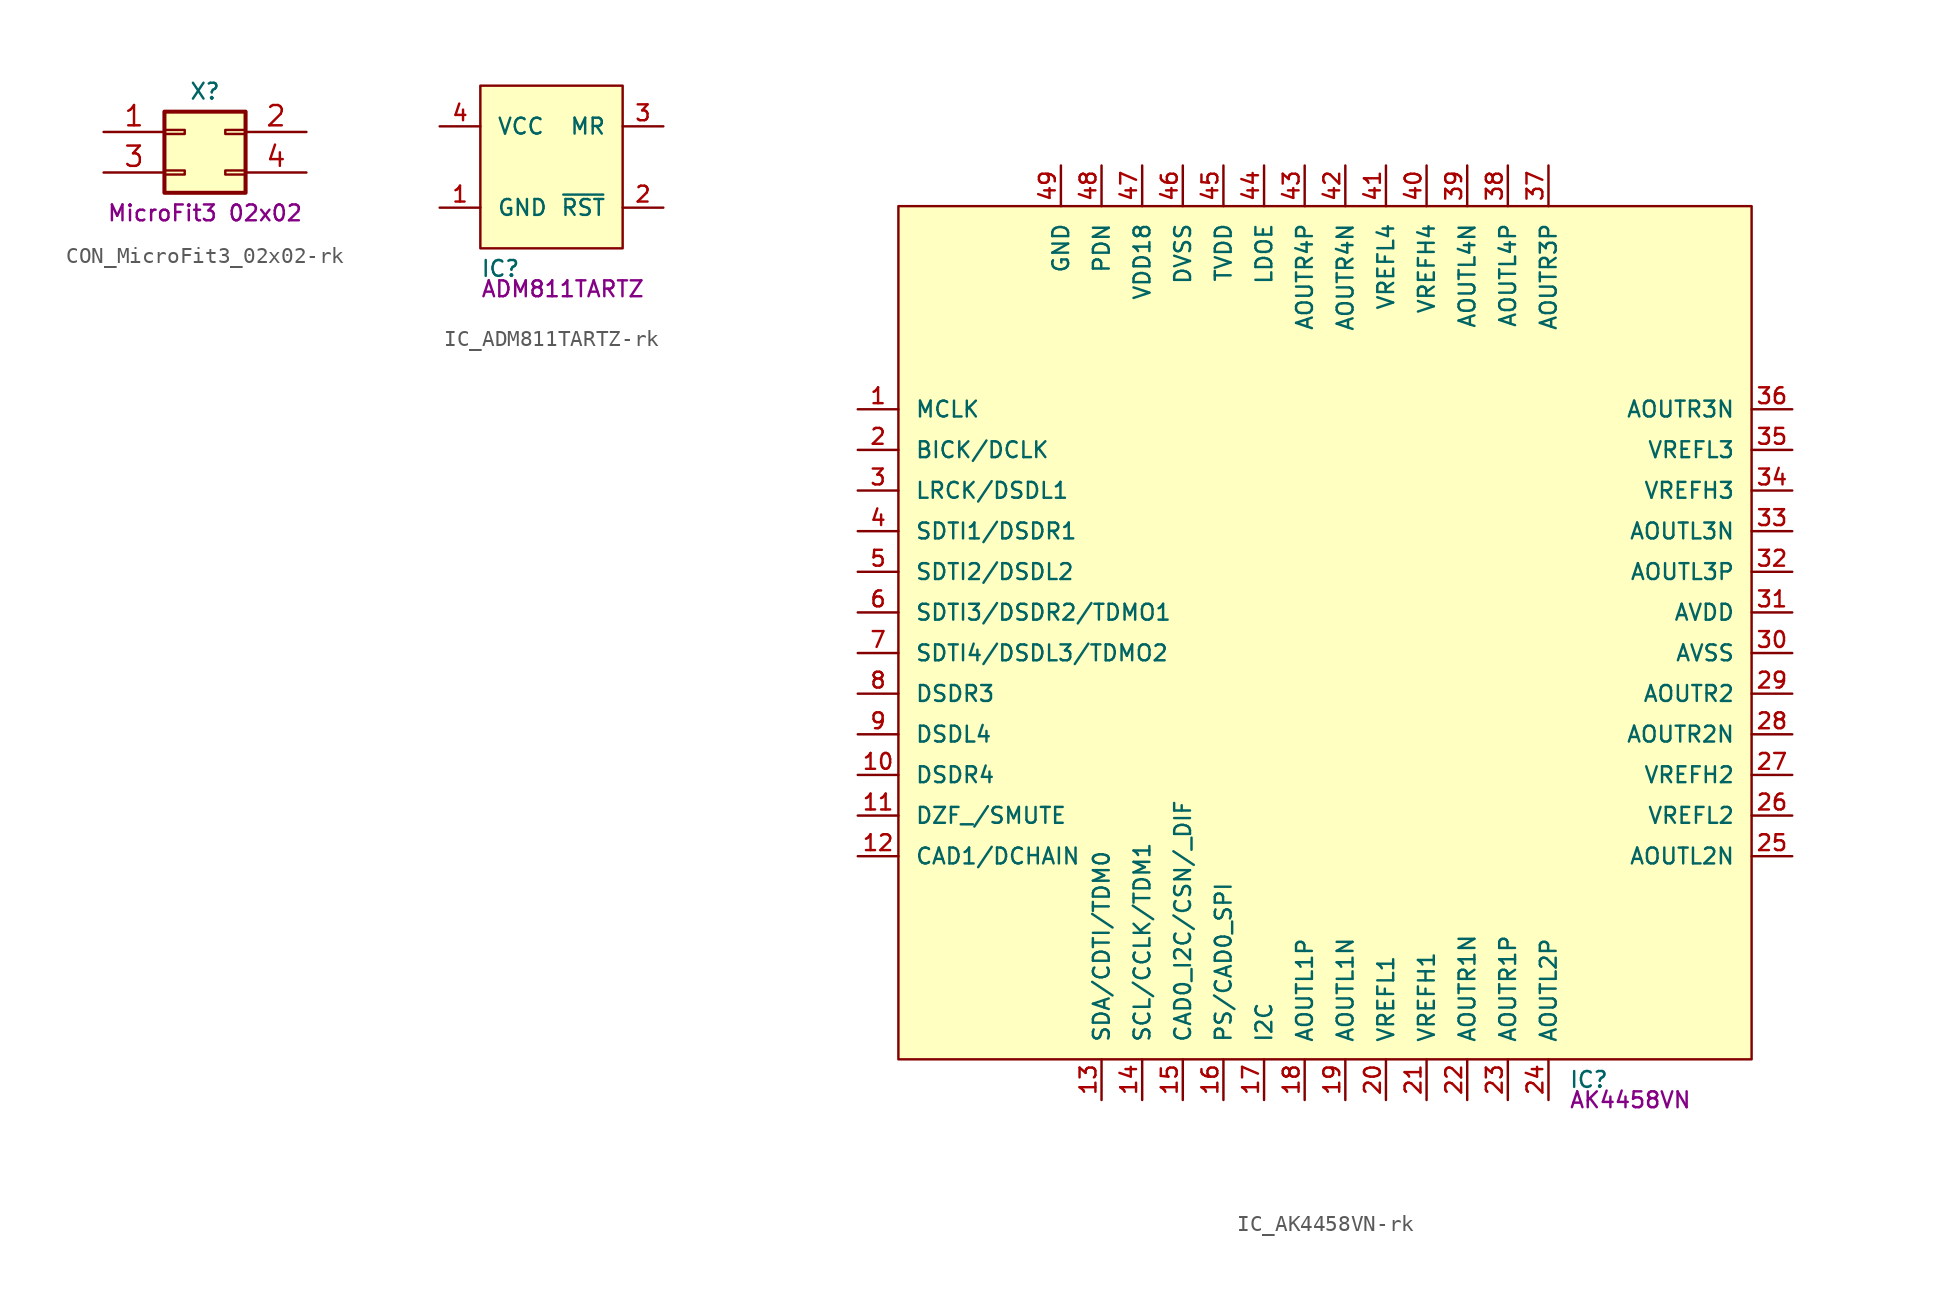
<source format=kicad_sym>
(kicad_symbol_lib
  (version 20211014)
  (generator kicad_symbol_editor)
  (symbol "CON_MicroFit3_02x02-rk"
    (pin_names
      (offset 1.016) hide)
    (property "Reference" "X"
      (at 0 2.54 0)
      (effects (font (size 0.991 0.991))))
    (property "Value1" "MicroFit3 02x02"
      (at 0 -5.08 0)
      (effects (font (size 0.991 0.991))))
    (symbol "CON_MicroFit3_02x02-rk_1_1"
      (rectangle (start -2.54 -2.413) (end -1.27 -2.667) (stroke (width 0.152) (type default) (color 0 0 0 0)) (fill (type none)))
      (rectangle (start -2.54 0.127) (end -1.27 -0.127) (stroke (width 0.152) (type default) (color 0 0 0 0)) (fill (type none)))
      (rectangle (start -2.54 1.27) (end 2.54 -3.81) (stroke (width 0.254) (type default) (color 0 0 0 0)) (fill (type background)))
      (rectangle (start 2.54 -2.413) (end 1.27 -2.667) (stroke (width 0.152) (type default) (color 0 0 0 0)) (fill (type none)))
      (rectangle (start 2.54 0.127) (end 1.27 -0.127) (stroke (width 0.152) (type default) (color 0 0 0 0)) (fill (type none)))
      (pin passive line (at -6.35 0 0) (length 3.81) (name "Pin_1" (effects (font (size 1.27 1.27)))) (number "1" (effects (font (size 1.27 1.27)))))
      (pin passive line (at 6.35 0 180) (length 3.81) (name "Pin_2" (effects (font (size 1.27 1.27)))) (number "2" (effects (font (size 1.27 1.27)))))
      (pin passive line (at -6.35 -2.54 0) (length 3.81) (name "Pin_3" (effects (font (size 1.27 1.27)))) (number "3" (effects (font (size 1.27 1.27)))))
      (pin passive line (at 6.35 -2.54 180) (length 3.81) (name "Pin_4" (effects (font (size 1.27 1.27)))) (number "4" (effects (font (size 1.27 1.27)))))))
  (symbol "IC_ADM811TARTZ-rk"
    (pin_names
      (offset 1.016))
    (property "Reference" "IC"
      (at -5.08 -5.08 0)
      (effects (font (size 0.991 0.991)) (justify left)))
    (property "Datasheet" ""
      (at -5.08 -5.08 0)
      (effects (font (size 0.991 0.991))))
    (property "Value1" "ADM811TARTZ"
      (at -5.08 -6.35 0)
      (effects (font (size 0.991 0.991)) (justify left)))
    (symbol "IC_ADM811TARTZ-rk_0_1"
      (rectangle (start -5.08 -3.81) (end 3.81 6.35) (stroke (width 0) (type default) (color 0 0 0 0)) (fill (type background))))
    (symbol "IC_ADM811TARTZ-rk_1_1"
      (pin input line (at -7.62 -1.27 0) (length 2.54) (name "GND" (effects (font (size 0.991 0.991)))) (number "1" (effects (font (size 0.991 0.991)))))
      (pin input line (at 6.35 -1.27 180) (length 2.54) (name "~{RST}" (effects (font (size 0.991 0.991)))) (number "2" (effects (font (size 0.991 0.991)))))
      (pin input line (at 6.35 3.81 180) (length 2.54) (name "MR" (effects (font (size 0.991 0.991)))) (number "3" (effects (font (size 0.991 0.991)))))
      (pin input line (at -7.62 3.81 0) (length 2.54) (name "VCC" (effects (font (size 0.991 0.991)))) (number "4" (effects (font (size 0.991 0.991)))))))
  (symbol "IC_AK4458VN-rk"
    (pin_names
      (offset 1.016))
    (property "Reference" "IC"
      (at 15.24 -27.94 0)
      (effects (font (size 0.991 0.991)) (justify left)))
    (property "Datasheet" ""
      (at 0 0 0)
      (effects (font (size 1.524 1.524))))
    (property "Value1" "AK4458VN"
      (at 15.24 -29.21 0)
      (effects (font (size 0.991 0.991)) (justify left)))
    (symbol "IC_AK4458VN-rk_0_1"
      (rectangle (start 26.67 -26.67) (end -26.67 26.67) (stroke (width 0) (type default) (color 0 0 0 0)) (fill (type background))))
    (symbol "IC_AK4458VN-rk_1_1"
      (pin input line (at -29.21 13.97 0) (length 2.54) (name "MCLK" (effects (font (size 0.991 0.991)))) (number "1" (effects (font (size 0.991 0.991)))))
      (pin input line (at -29.21 -8.89 0) (length 2.54) (name "DSDR4" (effects (font (size 0.991 0.991)))) (number "10" (effects (font (size 0.991 0.991)))))
      (pin input line (at -29.21 -11.43 0) (length 2.54) (name "DZF_/SMUTE" (effects (font (size 0.991 0.991)))) (number "11" (effects (font (size 0.991 0.991)))))
      (pin input line (at -29.21 -13.97 0) (length 2.54) (name "CAD1/DCHAIN" (effects (font (size 0.991 0.991)))) (number "12" (effects (font (size 0.991 0.991)))))
      (pin input line (at -13.97 -29.21 90) (length 2.54) (name "SDA/CDTI/TDM0" (effects (font (size 0.991 0.991)))) (number "13" (effects (font (size 0.991 0.991)))))
      (pin input line (at -11.43 -29.21 90) (length 2.54) (name "SCL/CCLK/TDM1" (effects (font (size 0.991 0.991)))) (number "14" (effects (font (size 0.991 0.991)))))
      (pin input line (at -8.89 -29.21 90) (length 2.54) (name "CAD0_I2C/CSN/_DIF" (effects (font (size 0.991 0.991)))) (number "15" (effects (font (size 0.991 0.991)))))
      (pin input line (at -6.35 -29.21 90) (length 2.54) (name "PS/CAD0_SPI" (effects (font (size 0.991 0.991)))) (number "16" (effects (font (size 0.991 0.991)))))
      (pin input line (at -3.81 -29.21 90) (length 2.54) (name "I2C" (effects (font (size 0.991 0.991)))) (number "17" (effects (font (size 0.991 0.991)))))
      (pin input line (at -1.27 -29.21 90) (length 2.54) (name "AOUTL1P" (effects (font (size 0.991 0.991)))) (number "18" (effects (font (size 0.991 0.991)))))
      (pin input line (at 1.27 -29.21 90) (length 2.54) (name "AOUTL1N" (effects (font (size 0.991 0.991)))) (number "19" (effects (font (size 0.991 0.991)))))
      (pin input line (at -29.21 11.43 0) (length 2.54) (name "BICK/DCLK" (effects (font (size 0.991 0.991)))) (number "2" (effects (font (size 0.991 0.991)))))
      (pin input line (at 3.81 -29.21 90) (length 2.54) (name "VREFL1" (effects (font (size 0.991 0.991)))) (number "20" (effects (font (size 0.991 0.991)))))
      (pin input line (at 6.35 -29.21 90) (length 2.54) (name "VREFH1" (effects (font (size 0.991 0.991)))) (number "21" (effects (font (size 0.991 0.991)))))
      (pin input line (at 8.89 -29.21 90) (length 2.54) (name "AOUTR1N" (effects (font (size 0.991 0.991)))) (number "22" (effects (font (size 0.991 0.991)))))
      (pin input line (at 11.43 -29.21 90) (length 2.54) (name "AOUTR1P" (effects (font (size 0.991 0.991)))) (number "23" (effects (font (size 0.991 0.991)))))
      (pin input line (at 13.97 -29.21 90) (length 2.54) (name "AOUTL2P" (effects (font (size 0.991 0.991)))) (number "24" (effects (font (size 0.991 0.991)))))
      (pin input line (at 29.21 -13.97 180) (length 2.54) (name "AOUTL2N" (effects (font (size 0.991 0.991)))) (number "25" (effects (font (size 0.991 0.991)))))
      (pin input line (at 29.21 -11.43 180) (length 2.54) (name "VREFL2" (effects (font (size 0.991 0.991)))) (number "26" (effects (font (size 0.991 0.991)))))
      (pin input line (at 29.21 -8.89 180) (length 2.54) (name "VREFH2" (effects (font (size 0.991 0.991)))) (number "27" (effects (font (size 0.991 0.991)))))
      (pin input line (at 29.21 -6.35 180) (length 2.54) (name "AOUTR2N" (effects (font (size 0.991 0.991)))) (number "28" (effects (font (size 0.991 0.991)))))
      (pin input line (at 29.21 -3.81 180) (length 2.54) (name "AOUTR2" (effects (font (size 0.991 0.991)))) (number "29" (effects (font (size 0.991 0.991)))))
      (pin input line (at -29.21 8.89 0) (length 2.54) (name "LRCK/DSDL1" (effects (font (size 0.991 0.991)))) (number "3" (effects (font (size 0.991 0.991)))))
      (pin input line (at 29.21 -1.27 180) (length 2.54) (name "AVSS" (effects (font (size 0.991 0.991)))) (number "30" (effects (font (size 0.991 0.991)))))
      (pin input line (at 29.21 1.27 180) (length 2.54) (name "AVDD" (effects (font (size 0.991 0.991)))) (number "31" (effects (font (size 0.991 0.991)))))
      (pin input line (at 29.21 3.81 180) (length 2.54) (name "AOUTL3P" (effects (font (size 0.991 0.991)))) (number "32" (effects (font (size 0.991 0.991)))))
      (pin input line (at 29.21 6.35 180) (length 2.54) (name "AOUTL3N" (effects (font (size 0.991 0.991)))) (number "33" (effects (font (size 0.991 0.991)))))
      (pin input line (at 29.21 8.89 180) (length 2.54) (name "VREFH3" (effects (font (size 0.991 0.991)))) (number "34" (effects (font (size 0.991 0.991)))))
      (pin input line (at 29.21 11.43 180) (length 2.54) (name "VREFL3" (effects (font (size 0.991 0.991)))) (number "35" (effects (font (size 0.991 0.991)))))
      (pin input line (at 29.21 13.97 180) (length 2.54) (name "AOUTR3N" (effects (font (size 0.991 0.991)))) (number "36" (effects (font (size 0.991 0.991)))))
      (pin input line (at 13.97 29.21 270) (length 2.54) (name "AOUTR3P" (effects (font (size 0.991 0.991)))) (number "37" (effects (font (size 0.991 0.991)))))
      (pin input line (at 11.43 29.21 270) (length 2.54) (name "AOUTL4P" (effects (font (size 0.991 0.991)))) (number "38" (effects (font (size 0.991 0.991)))))
      (pin input line (at 8.89 29.21 270) (length 2.54) (name "AOUTL4N" (effects (font (size 0.991 0.991)))) (number "39" (effects (font (size 0.991 0.991)))))
      (pin input line (at -29.21 6.35 0) (length 2.54) (name "SDTI1/DSDR1" (effects (font (size 0.991 0.991)))) (number "4" (effects (font (size 0.991 0.991)))))
      (pin input line (at 6.35 29.21 270) (length 2.54) (name "VREFH4" (effects (font (size 0.991 0.991)))) (number "40" (effects (font (size 0.991 0.991)))))
      (pin input line (at 3.81 29.21 270) (length 2.54) (name "VREFL4" (effects (font (size 0.991 0.991)))) (number "41" (effects (font (size 0.991 0.991)))))
      (pin input line (at 1.27 29.21 270) (length 2.54) (name "AOUTR4N" (effects (font (size 0.991 0.991)))) (number "42" (effects (font (size 0.991 0.991)))))
      (pin input line (at -1.27 29.21 270) (length 2.54) (name "AOUTR4P" (effects (font (size 0.991 0.991)))) (number "43" (effects (font (size 0.991 0.991)))))
      (pin input line (at -3.81 29.21 270) (length 2.54) (name "LDOE" (effects (font (size 0.991 0.991)))) (number "44" (effects (font (size 0.991 0.991)))))
      (pin input line (at -6.35 29.21 270) (length 2.54) (name "TVDD" (effects (font (size 0.991 0.991)))) (number "45" (effects (font (size 0.991 0.991)))))
      (pin input line (at -8.89 29.21 270) (length 2.54) (name "DVSS" (effects (font (size 0.991 0.991)))) (number "46" (effects (font (size 0.991 0.991)))))
      (pin input line (at -11.43 29.21 270) (length 2.54) (name "VDD18" (effects (font (size 0.991 0.991)))) (number "47" (effects (font (size 0.991 0.991)))))
      (pin input line (at -13.97 29.21 270) (length 2.54) (name "PDN" (effects (font (size 0.991 0.991)))) (number "48" (effects (font (size 0.991 0.991)))))
      (pin input line (at -16.51 29.21 270) (length 2.54) (name "GND" (effects (font (size 0.991 0.991)))) (number "49" (effects (font (size 0.991 0.991)))))
      (pin input line (at -29.21 3.81 0) (length 2.54) (name "SDTI2/DSDL2" (effects (font (size 0.991 0.991)))) (number "5" (effects (font (size 0.991 0.991)))))
      (pin input line (at -29.21 1.27 0) (length 2.54) (name "SDTI3/DSDR2/TDMO1" (effects (font (size 0.991 0.991)))) (number "6" (effects (font (size 0.991 0.991)))))
      (pin input line (at -29.21 -1.27 0) (length 2.54) (name "SDTI4/DSDL3/TDMO2" (effects (font (size 0.991 0.991)))) (number "7" (effects (font (size 0.991 0.991)))))
      (pin input line (at -29.21 -3.81 0) (length 2.54) (name "DSDR3" (effects (font (size 0.991 0.991)))) (number "8" (effects (font (size 0.991 0.991)))))
      (pin input line (at -29.21 -6.35 0) (length 2.54) (name "DSDL4" (effects (font (size 0.991 0.991)))) (number "9" (effects (font (size 0.991 0.991))))))))
</source>
